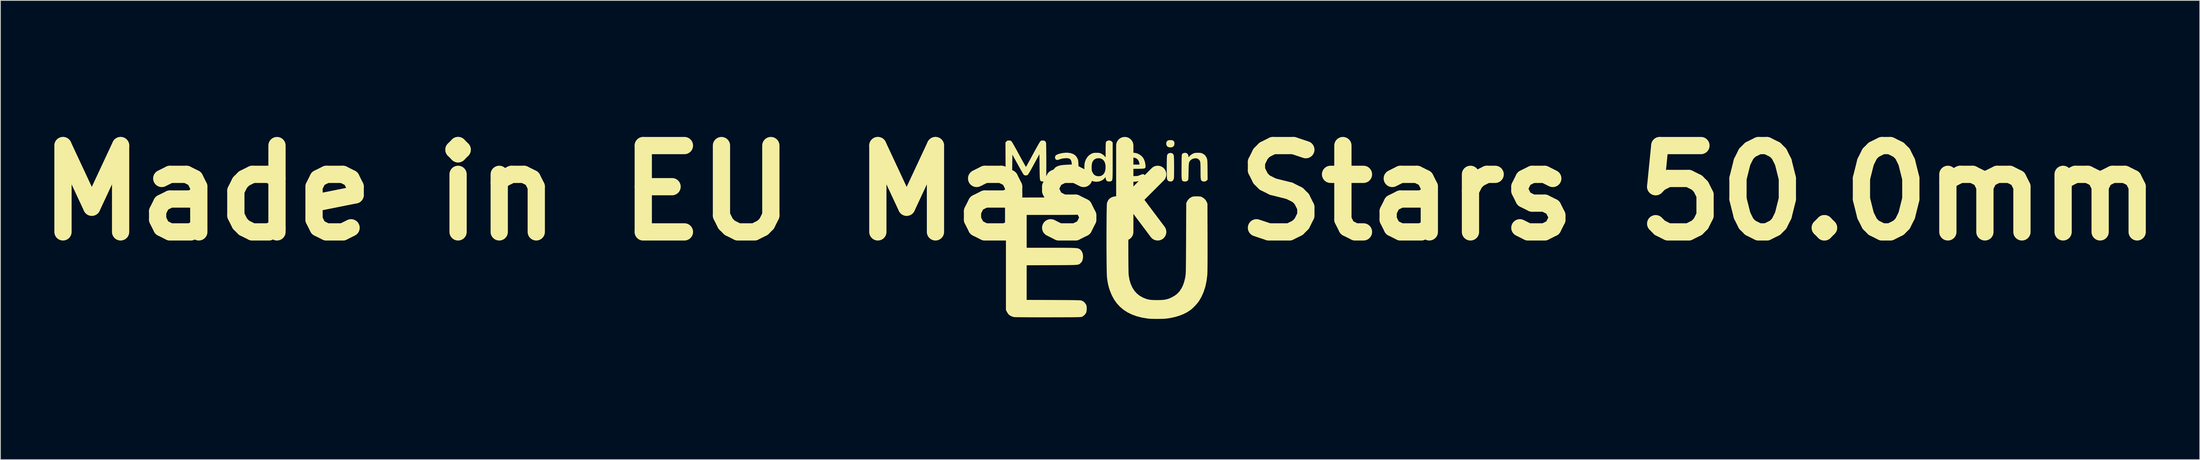
<source format=kicad_pcb>
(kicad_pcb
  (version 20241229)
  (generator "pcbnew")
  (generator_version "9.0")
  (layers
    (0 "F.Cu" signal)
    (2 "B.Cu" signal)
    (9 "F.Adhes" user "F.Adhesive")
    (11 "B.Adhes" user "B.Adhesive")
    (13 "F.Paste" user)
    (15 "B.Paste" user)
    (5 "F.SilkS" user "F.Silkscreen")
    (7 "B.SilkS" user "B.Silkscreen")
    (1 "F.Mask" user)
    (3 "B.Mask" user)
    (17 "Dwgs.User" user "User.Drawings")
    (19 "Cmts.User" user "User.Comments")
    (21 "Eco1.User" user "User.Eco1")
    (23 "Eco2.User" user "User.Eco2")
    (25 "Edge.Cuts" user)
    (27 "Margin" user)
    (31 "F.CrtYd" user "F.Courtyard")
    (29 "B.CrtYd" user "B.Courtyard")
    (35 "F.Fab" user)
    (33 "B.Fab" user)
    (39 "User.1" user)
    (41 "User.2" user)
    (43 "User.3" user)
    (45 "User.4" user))
  (footprint "Made in EU Mask Stars 50.0mm"
    (layer "F.Cu")
    (at 130.221 24.839)
    (property "Reference" "Made in EU Mask Stars 50.0mm" (at 0 -4.5 180) (layer "F.SilkS") (effects (font (size 10.47 10.47) (thickness 2.09))))
    (attr board_only exclude_from_pos_files exclude_from_bom)
    (fp_poly (pts (xy 18.377 -14.221) (xy 18.379 -14.216) (xy 18.394 -14.169) (xy 18.43 -14.059) (xy 18.483 -13.895) (xy 18.551 -13.684) (xy 18.632 -13.436) (xy 18.722 -13.157) (xy 18.819 -12.855) (xy 18.83 -12.821) (xy 19.262 -11.481) (xy 20.742 -11.462) (xy 22.221 -11.444) (xy 21.029 -10.589) (xy 20.766 -10.401) (xy 20.524 -10.226) (xy 20.308 -10.069) (xy 20.126 -9.935) (xy 19.982 -9.829) (xy 19.884 -9.755) (xy 19.839 -9.718) (xy 19.837 -9.715) (xy 19.848 -9.676) (xy 19.88 -9.574) (xy 19.929 -9.417) (xy 19.995 -9.213) (xy 20.073 -8.969) (xy 20.162 -8.694) (xy 20.259 -8.394) (xy 20.278 -8.336) (xy 20.375 -8.033) (xy 20.465 -7.753) (xy 20.544 -7.504) (xy 20.611 -7.293) (xy 20.662 -7.128) (xy 20.695 -7.017) (xy 20.708 -6.967) (xy 20.708 -6.966) (xy 20.677 -6.984) (xy 20.592 -7.042) (xy 20.461 -7.135) (xy 20.288 -7.257) (xy 20.082 -7.405) (xy 19.849 -7.574) (xy 19.594 -7.759) (xy 19.529 -7.807) (xy 18.36 -8.66) (xy 17.246 -7.845) (xy 16.938 -7.62) (xy 16.685 -7.435) (xy 16.482 -7.287) (xy 16.323 -7.173) (xy 16.203 -7.088) (xy 16.118 -7.031) (xy 16.061 -6.996) (xy 16.027 -6.981) (xy 16.012 -6.981) (xy 16.011 -6.995) (xy 16.017 -7.017) (xy 16.018 -7.021) (xy 16.138 -7.386) (xy 16.256 -7.748) (xy 16.369 -8.1) (xy 16.476 -8.436) (xy 16.574 -8.749) (xy 16.661 -9.032) (xy 16.736 -9.277) (xy 16.795 -9.479) (xy 16.837 -9.629) (xy 16.86 -9.721) (xy 16.863 -9.749) (xy 16.827 -9.774) (xy 16.737 -9.839) (xy 16.601 -9.936) (xy 16.424 -10.063) (xy 16.213 -10.214) (xy 15.976 -10.384) (xy 15.719 -10.569) (xy 15.667 -10.606) (xy 14.5 -11.444) (xy 15.975 -11.453) (xy 17.451 -11.463) (xy 17.771 -12.458) (xy 17.902 -12.865) (xy 18.012 -13.206) (xy 18.103 -13.487) (xy 18.177 -13.713) (xy 18.237 -13.891) (xy 18.282 -14.024) (xy 18.317 -14.119) (xy 18.341 -14.18) (xy 18.358 -14.214) (xy 18.37 -14.226)) (stroke (width 0) (type solid)) (fill yes) (layer "F.Mask"))
    (fp_poly (pts (xy 0.047 17.614) (xy 0.082 17.724) (xy 0.135 17.888) (xy 0.203 18.098) (xy 0.283 18.347) (xy 0.372 18.627) (xy 0.469 18.93) (xy 0.485 18.98) (xy 0.919 20.338) (xy 2.383 20.357) (xy 3.848 20.375) (xy 2.752 21.162) (xy 2.497 21.345) (xy 2.258 21.517) (xy 2.043 21.673) (xy 1.859 21.806) (xy 1.714 21.911) (xy 1.615 21.984) (xy 1.571 22.018) (xy 1.486 22.087) (xy 1.917 23.427) (xy 2.014 23.73) (xy 2.105 24.011) (xy 2.186 24.264) (xy 2.256 24.478) (xy 2.31 24.648) (xy 2.347 24.763) (xy 2.365 24.817) (xy 2.366 24.818) (xy 2.366 24.85) (xy 2.336 24.834) (xy 2.284 24.795) (xy 2.182 24.72) (xy 2.039 24.615) (xy 1.862 24.486) (xy 1.66 24.339) (xy 1.441 24.18) (xy 1.214 24.015) (xy 0.985 23.849) (xy 0.765 23.689) (xy 0.56 23.54) (xy 0.378 23.409) (xy 0.229 23.301) (xy 0.12 23.223) (xy 0.06 23.18) (xy 0.05 23.173) (xy 0.014 23.19) (xy -0.074 23.245) (xy -0.207 23.333) (xy -0.376 23.449) (xy -0.575 23.586) (xy -0.795 23.739) (xy -1.028 23.904) (xy -1.267 24.074) (xy -1.503 24.243) (xy -1.73 24.407) (xy -1.938 24.56) (xy -2.122 24.696) (xy -2.271 24.81) (xy -2.305 24.836) (xy -2.343 24.858) (xy -2.338 24.823) (xy -2.338 24.822) (xy -2.322 24.774) (xy -2.286 24.664) (xy -2.234 24.503) (xy -2.169 24.301) (xy -2.094 24.068) (xy -2.012 23.814) (xy -1.927 23.549) (xy -1.841 23.283) (xy -1.759 23.026) (xy -1.682 22.787) (xy -1.615 22.577) (xy -1.56 22.406) (xy -1.521 22.284) (xy -1.504 22.228) (xy -1.456 22.072) (xy -2.65 21.214) (xy -3.843 20.357) (xy -2.37 20.357) (xy -0.897 20.357) (xy -0.632 19.529) (xy -0.541 19.246) (xy -0.444 18.944) (xy -0.348 18.644) (xy -0.259 18.367) (xy -0.186 18.137) (xy -0.176 18.107) (xy -0.113 17.916) (xy -0.056 17.756) (xy -0.01 17.639) (xy 0.021 17.575) (xy 0.032 17.568)) (stroke (width 0) (type solid)) (fill yes) (layer "F.Mask"))
    (fp_poly (pts (xy -10.274 -21.064) (xy -10.183 -20.781) (xy -10.09 -20.493) (xy -10.001 -20.217) (xy -9.921 -19.97) (xy -9.854 -19.765) (xy -9.82 -19.659) (xy -9.67 -19.204) (xy -8.194 -19.194) (xy -6.717 -19.184) (xy -7.778 -18.424) (xy -8.032 -18.242) (xy -8.272 -18.069) (xy -8.489 -17.912) (xy -8.677 -17.776) (xy -8.827 -17.668) (xy -8.93 -17.592) (xy -8.973 -17.559) (xy -9.108 -17.455) (xy -8.668 -16.088) (xy -8.571 -15.784) (xy -8.481 -15.503) (xy -8.403 -15.253) (xy -8.337 -15.041) (xy -8.286 -14.875) (xy -8.253 -14.762) (xy -8.24 -14.711) (xy -8.24 -14.709) (xy -8.272 -14.727) (xy -8.357 -14.785) (xy -8.489 -14.877) (xy -8.661 -15) (xy -8.866 -15.147) (xy -9.098 -15.315) (xy -9.35 -15.499) (xy -9.38 -15.52) (xy -9.635 -15.707) (xy -9.873 -15.88) (xy -10.086 -16.034) (xy -10.268 -16.164) (xy -10.41 -16.265) (xy -10.508 -16.333) (xy -10.552 -16.362) (xy -10.553 -16.362) (xy -10.593 -16.345) (xy -10.686 -16.288) (xy -10.824 -16.197) (xy -11.003 -16.075) (xy -11.213 -15.927) (xy -11.45 -15.759) (xy -11.706 -15.574) (xy -11.752 -15.54) (xy -12.009 -15.353) (xy -12.247 -15.18) (xy -12.46 -15.027) (xy -12.64 -14.897) (xy -12.781 -14.796) (xy -12.877 -14.729) (xy -12.92 -14.701) (xy -12.922 -14.7) (xy -12.915 -14.734) (xy -12.887 -14.831) (xy -12.841 -14.984) (xy -12.779 -15.185) (xy -12.704 -15.426) (xy -12.617 -15.7) (xy -12.521 -15.998) (xy -12.499 -16.067) (xy -12.401 -16.372) (xy -12.31 -16.653) (xy -12.23 -16.905) (xy -12.162 -17.118) (xy -12.109 -17.285) (xy -12.074 -17.399) (xy -12.058 -17.451) (xy -12.058 -17.454) (xy -12.087 -17.479) (xy -12.17 -17.542) (xy -12.301 -17.64) (xy -12.474 -17.766) (xy -12.681 -17.917) (xy -12.916 -18.087) (xy -13.173 -18.272) (xy -13.252 -18.328) (xy -14.446 -19.184) (xy -12.963 -19.194) (xy -11.481 -19.204) (xy -11.13 -20.311) (xy -11.038 -20.601) (xy -10.948 -20.883) (xy -10.864 -21.144) (xy -10.79 -21.374) (xy -10.73 -21.559) (xy -10.688 -21.689) (xy -10.679 -21.715) (xy -10.58 -22.013)) (stroke (width 0) (type solid)) (fill yes) (layer "F.Mask"))
    (fp_poly (pts (xy -10.558 14.795) (xy -10.522 14.887) (xy -10.468 15.035) (xy -10.401 15.232) (xy -10.321 15.47) (xy -10.231 15.743) (xy -10.134 16.042) (xy -10.105 16.134) (xy -9.66 17.527) (xy -8.185 17.537) (xy -6.711 17.547) (xy -7.896 18.398) (xy -8.157 18.586) (xy -8.398 18.761) (xy -8.613 18.918) (xy -8.795 19.053) (xy -8.937 19.16) (xy -9.034 19.234) (xy -9.078 19.272) (xy -9.08 19.275) (xy -9.069 19.315) (xy -9.038 19.418) (xy -8.989 19.576) (xy -8.924 19.781) (xy -8.847 20.025) (xy -8.759 20.301) (xy -8.663 20.6) (xy -8.652 20.636) (xy -8.556 20.937) (xy -8.467 21.215) (xy -8.39 21.464) (xy -8.325 21.674) (xy -8.276 21.838) (xy -8.244 21.949) (xy -8.233 21.997) (xy -8.233 21.998) (xy -8.265 21.989) (xy -8.343 21.942) (xy -8.456 21.867) (xy -8.559 21.793) (xy -8.676 21.707) (xy -8.841 21.586) (xy -9.042 21.439) (xy -9.268 21.273) (xy -9.505 21.099) (xy -9.719 20.943) (xy -10.562 20.326) (xy -11.579 21.071) (xy -11.829 21.253) (xy -12.066 21.426) (xy -12.282 21.583) (xy -12.469 21.719) (xy -12.618 21.827) (xy -12.721 21.901) (xy -12.759 21.928) (xy -12.853 21.991) (xy -12.898 22.014) (xy -12.907 21.999) (xy -12.895 21.952) (xy -12.878 21.897) (xy -12.841 21.78) (xy -12.786 21.609) (xy -12.717 21.393) (xy -12.637 21.141) (xy -12.547 20.862) (xy -12.46 20.588) (xy -12.366 20.293) (xy -12.281 20.02) (xy -12.206 19.777) (xy -12.146 19.571) (xy -12.101 19.412) (xy -12.074 19.308) (xy -12.068 19.267) (xy -12.101 19.236) (xy -12.189 19.167) (xy -12.323 19.064) (xy -12.498 18.933) (xy -12.707 18.779) (xy -12.943 18.606) (xy -13.2 18.421) (xy -13.251 18.384) (xy -14.415 17.547) (xy -12.94 17.537) (xy -11.465 17.527) (xy -11.393 17.295) (xy -11.32 17.06) (xy -11.238 16.8) (xy -11.15 16.523) (xy -11.059 16.238) (xy -10.968 15.955) (xy -10.88 15.682) (xy -10.797 15.429) (xy -10.724 15.204) (xy -10.661 15.016) (xy -10.614 14.875) (xy -10.583 14.789) (xy -10.574 14.767)) (stroke (width 0) (type solid)) (fill yes) (layer "F.Mask"))
    (fp_poly (pts (xy 10.607 14.769) (xy 10.622 14.807) (xy 10.645 14.873) (xy 10.678 14.972) (xy 10.724 15.109) (xy 10.783 15.29) (xy 10.858 15.52) (xy 10.95 15.805) (xy 11.06 16.148) (xy 11.191 16.557) (xy 11.219 16.644) (xy 11.503 17.527) (xy 12.974 17.537) (xy 14.446 17.547) (xy 13.283 18.384) (xy 13.023 18.571) (xy 12.782 18.745) (xy 12.567 18.9) (xy 12.383 19.032) (xy 12.239 19.135) (xy 12.14 19.206) (xy 12.093 19.239) (xy 12.091 19.241) (xy 12.096 19.279) (xy 12.121 19.381) (xy 12.166 19.538) (xy 12.226 19.742) (xy 12.301 19.986) (xy 12.387 20.262) (xy 12.483 20.562) (xy 12.506 20.634) (xy 12.604 20.939) (xy 12.694 21.22) (xy 12.773 21.471) (xy 12.84 21.684) (xy 12.891 21.851) (xy 12.925 21.964) (xy 12.939 22.016) (xy 12.939 22.019) (xy 12.907 22) (xy 12.822 21.942) (xy 12.69 21.849) (xy 12.518 21.726) (xy 12.312 21.578) (xy 12.078 21.409) (xy 11.824 21.224) (xy 11.761 21.178) (xy 10.593 20.327) (xy 10.404 20.466) (xy 10.156 20.649) (xy 9.897 20.838) (xy 9.635 21.03) (xy 9.376 21.219) (xy 9.127 21.4) (xy 8.895 21.567) (xy 8.688 21.716) (xy 8.512 21.843) (xy 8.375 21.94) (xy 8.282 22.005) (xy 8.242 22.031) (xy 8.241 22.031) (xy 8.234 22.009) (xy 8.237 22.003) (xy 8.251 21.964) (xy 8.285 21.863) (xy 8.335 21.71) (xy 8.399 21.515) (xy 8.473 21.287) (xy 8.554 21.035) (xy 8.64 20.77) (xy 8.727 20.5) (xy 8.812 20.234) (xy 8.893 19.983) (xy 8.966 19.755) (xy 9.028 19.56) (xy 9.076 19.408) (xy 9.107 19.308) (xy 9.118 19.269) (xy 9.118 19.269) (xy 9.089 19.245) (xy 9.005 19.182) (xy 8.874 19.085) (xy 8.703 18.959) (xy 8.496 18.809) (xy 8.261 18.639) (xy 8.005 18.454) (xy 7.93 18.401) (xy 6.743 17.547) (xy 8.217 17.528) (xy 9.692 17.51) (xy 10.137 16.124) (xy 10.236 15.819) (xy 10.327 15.538) (xy 10.41 15.289) (xy 10.481 15.078) (xy 10.537 14.915) (xy 10.577 14.805) (xy 10.597 14.756) (xy 10.599 14.755)) (stroke (width 0) (type solid)) (fill yes) (layer "F.Mask"))
    (fp_poly (pts (xy 0.038 -24.797) (xy 0.072 -24.692) (xy 0.123 -24.531) (xy 0.19 -24.324) (xy 0.269 -24.077) (xy 0.358 -23.798) (xy 0.454 -23.496) (xy 0.476 -23.427) (xy 0.917 -22.05) (xy 2.384 -22.031) (xy 3.852 -22.013) (xy 2.67 -21.164) (xy 2.409 -20.976) (xy 2.169 -20.802) (xy 1.954 -20.646) (xy 1.773 -20.513) (xy 1.631 -20.408) (xy 1.534 -20.336) (xy 1.491 -20.301) (xy 1.489 -20.298) (xy 1.5 -20.262) (xy 1.53 -20.164) (xy 1.578 -20.013) (xy 1.639 -19.82) (xy 1.711 -19.594) (xy 1.791 -19.344) (xy 1.876 -19.08) (xy 1.962 -18.811) (xy 2.048 -18.546) (xy 2.129 -18.295) (xy 2.202 -18.067) (xy 2.265 -17.871) (xy 2.315 -17.718) (xy 2.344 -17.629) (xy 2.356 -17.598) (xy 2.365 -17.572) (xy 2.366 -17.557) (xy 2.354 -17.554) (xy 2.322 -17.569) (xy 2.266 -17.604) (xy 2.18 -17.663) (xy 2.059 -17.75) (xy 1.896 -17.867) (xy 1.687 -18.02) (xy 1.426 -18.21) (xy 1.265 -18.328) (xy 1.018 -18.508) (xy 0.785 -18.678) (xy 0.574 -18.831) (xy 0.395 -18.962) (xy 0.254 -19.064) (xy 0.159 -19.133) (xy 0.125 -19.157) (xy 0.008 -19.239) (xy -0.991 -18.51) (xy -1.24 -18.328) (xy -1.477 -18.155) (xy -1.694 -17.997) (xy -1.883 -17.859) (xy -2.033 -17.749) (xy -2.137 -17.673) (xy -2.172 -17.648) (xy -2.271 -17.577) (xy -2.322 -17.548) (xy -2.337 -17.557) (xy -2.327 -17.601) (xy -2.325 -17.606) (xy -2.309 -17.659) (xy -2.272 -17.772) (xy -2.22 -17.936) (xy -2.154 -18.141) (xy -2.078 -18.377) (xy -1.996 -18.634) (xy -1.91 -18.902) (xy -1.824 -19.171) (xy -1.74 -19.431) (xy -1.662 -19.674) (xy -1.594 -19.887) (xy -1.537 -20.063) (xy -1.496 -20.191) (xy -1.474 -20.26) (xy -1.471 -20.269) (xy -1.497 -20.299) (xy -1.578 -20.367) (xy -1.706 -20.469) (xy -1.876 -20.599) (xy -2.081 -20.753) (xy -2.314 -20.925) (xy -2.57 -21.111) (xy -2.64 -21.162) (xy -3.823 -22.013) (xy -2.36 -22.022) (xy -0.897 -22.032) (xy -0.632 -22.86) (xy -0.541 -23.142) (xy -0.444 -23.444) (xy -0.348 -23.745) (xy -0.259 -24.021) (xy -0.185 -24.252) (xy -0.176 -24.281) (xy -0.113 -24.474) (xy -0.057 -24.636) (xy -0.013 -24.758) (xy 0.016 -24.827) (xy 0.025 -24.839)) (stroke (width 0) (type solid)) (fill yes) (layer "F.Mask"))
    (fp_poly (pts (xy 18.369 7.007) (xy 18.404 7.101) (xy 18.456 7.251) (xy 18.523 7.45) (xy 18.602 7.689) (xy 18.692 7.962) (xy 18.788 8.262) (xy 18.816 8.346) (xy 19.261 9.732) (xy 20.746 9.75) (xy 22.232 9.769) (xy 21.065 10.606) (xy 20.805 10.793) (xy 20.563 10.967) (xy 20.346 11.123) (xy 20.161 11.255) (xy 20.015 11.359) (xy 19.914 11.431) (xy 19.866 11.465) (xy 19.863 11.467) (xy 19.866 11.507) (xy 19.89 11.612) (xy 19.934 11.775) (xy 19.997 11.99) (xy 20.077 12.252) (xy 20.171 12.553) (xy 20.276 12.881) (xy 20.374 13.187) (xy 20.465 13.47) (xy 20.545 13.722) (xy 20.613 13.936) (xy 20.666 14.104) (xy 20.701 14.219) (xy 20.717 14.273) (xy 20.717 14.276) (xy 20.687 14.255) (xy 20.603 14.196) (xy 20.472 14.102) (xy 20.3 13.978) (xy 20.094 13.828) (xy 19.861 13.658) (xy 19.607 13.472) (xy 19.541 13.424) (xy 19.244 13.207) (xy 19.001 13.03) (xy 18.806 12.89) (xy 18.653 12.783) (xy 18.536 12.705) (xy 18.45 12.652) (xy 18.388 12.621) (xy 18.345 12.607) (xy 18.315 12.608) (xy 18.295 12.617) (xy 18.247 12.649) (xy 18.147 12.721) (xy 18.002 12.825) (xy 17.818 12.958) (xy 17.604 13.114) (xy 17.367 13.287) (xy 17.126 13.463) (xy 16.876 13.645) (xy 16.646 13.812) (xy 16.441 13.958) (xy 16.27 14.08) (xy 16.138 14.172) (xy 16.053 14.229) (xy 16.021 14.247) (xy 16.029 14.21) (xy 16.058 14.109) (xy 16.105 13.954) (xy 16.168 13.751) (xy 16.244 13.508) (xy 16.332 13.234) (xy 16.428 12.935) (xy 16.447 12.876) (xy 16.545 12.572) (xy 16.635 12.292) (xy 16.713 12.041) (xy 16.779 11.829) (xy 16.83 11.662) (xy 16.862 11.549) (xy 16.874 11.498) (xy 16.874 11.495) (xy 16.841 11.467) (xy 16.758 11.403) (xy 16.636 11.313) (xy 16.488 11.204) (xy 16.422 11.157) (xy 16.26 11.041) (xy 16.054 10.892) (xy 15.819 10.723) (xy 15.572 10.545) (xy 15.328 10.369) (xy 15.24 10.305) (xy 14.495 9.769) (xy 15.979 9.75) (xy 17.463 9.732) (xy 17.901 8.362) (xy 17.999 8.057) (xy 18.09 7.775) (xy 18.172 7.524) (xy 18.241 7.311) (xy 18.297 7.144) (xy 18.335 7.03) (xy 18.354 6.978) (xy 18.355 6.976)) (stroke (width 0) (type solid)) (fill yes) (layer "F.Mask"))
    (fp_poly (pts (xy -18.315 6.996) (xy -18.299 7.043) (xy -18.263 7.153) (xy -18.21 7.318) (xy -18.142 7.528) (xy -18.061 7.777) (xy -17.971 8.056) (xy -17.875 8.357) (xy -17.863 8.392) (xy -17.433 9.732) (xy -15.947 9.75) (xy -14.461 9.769) (xy -15.65 10.622) (xy -15.912 10.81) (xy -16.155 10.984) (xy -16.372 11.139) (xy -16.556 11.271) (xy -16.701 11.375) (xy -16.801 11.447) (xy -16.848 11.481) (xy -16.851 11.483) (xy -16.843 11.519) (xy -16.814 11.618) (xy -16.766 11.773) (xy -16.703 11.976) (xy -16.627 12.218) (xy -16.539 12.494) (xy -16.443 12.795) (xy -16.415 12.88) (xy -16.317 13.186) (xy -16.226 13.469) (xy -16.146 13.721) (xy -16.079 13.935) (xy -16.026 14.103) (xy -15.991 14.218) (xy -15.976 14.271) (xy -15.976 14.274) (xy -16.007 14.254) (xy -16.091 14.195) (xy -16.221 14.101) (xy -16.392 13.977) (xy -16.597 13.828) (xy -16.828 13.658) (xy -17.08 13.473) (xy -17.119 13.445) (xy -17.375 13.257) (xy -17.614 13.082) (xy -17.827 12.927) (xy -18.01 12.795) (xy -18.153 12.692) (xy -18.252 12.622) (xy -18.298 12.592) (xy -18.3 12.591) (xy -18.339 12.608) (xy -18.431 12.664) (xy -18.57 12.756) (xy -18.748 12.878) (xy -18.959 13.026) (xy -19.196 13.196) (xy -19.453 13.381) (xy -19.518 13.429) (xy -19.777 13.618) (xy -20.016 13.792) (xy -20.229 13.946) (xy -20.409 14.076) (xy -20.55 14.178) (xy -20.646 14.245) (xy -20.69 14.275) (xy -20.692 14.276) (xy -20.681 14.239) (xy -20.649 14.139) (xy -20.6 13.984) (xy -20.535 13.781) (xy -20.457 13.538) (xy -20.368 13.263) (xy -20.271 12.963) (xy -20.248 12.892) (xy -20.151 12.586) (xy -20.061 12.303) (xy -19.982 12.051) (xy -19.916 11.836) (xy -19.866 11.666) (xy -19.834 11.55) (xy -19.821 11.495) (xy -19.822 11.492) (xy -19.855 11.465) (xy -19.941 11.4) (xy -20.075 11.301) (xy -20.25 11.173) (xy -20.459 11.021) (xy -20.696 10.85) (xy -20.953 10.664) (xy -21.018 10.617) (xy -22.199 9.769) (xy -20.712 9.75) (xy -19.226 9.732) (xy -18.934 8.82) (xy -18.844 8.539) (xy -18.752 8.25) (xy -18.663 7.971) (xy -18.583 7.719) (xy -18.517 7.511) (xy -18.489 7.424) (xy -18.432 7.254) (xy -18.382 7.118) (xy -18.343 7.027) (xy -18.319 6.993)) (stroke (width 0) (type solid)) (fill yes) (layer "F.Mask"))
    (fp_poly (pts (xy 10.656 -21.909) (xy 10.691 -21.799) (xy 10.745 -21.635) (xy 10.813 -21.425) (xy 10.893 -21.176) (xy 10.983 -20.897) (xy 11.08 -20.596) (xy 11.091 -20.561) (xy 11.521 -19.222) (xy 13.005 -19.203) (xy 14.489 -19.184) (xy 13.301 -18.332) (xy 13.04 -18.144) (xy 12.797 -17.97) (xy 12.581 -17.814) (xy 12.397 -17.682) (xy 12.252 -17.578) (xy 12.153 -17.507) (xy 12.106 -17.473) (xy 12.103 -17.471) (xy 12.112 -17.435) (xy 12.141 -17.336) (xy 12.188 -17.182) (xy 12.252 -16.98) (xy 12.328 -16.737) (xy 12.416 -16.463) (xy 12.512 -16.163) (xy 12.535 -16.091) (xy 12.633 -15.787) (xy 12.723 -15.505) (xy 12.802 -15.254) (xy 12.869 -15.041) (xy 12.92 -14.874) (xy 12.954 -14.76) (xy 12.967 -14.708) (xy 12.967 -14.706) (xy 12.936 -14.724) (xy 12.851 -14.781) (xy 12.719 -14.874) (xy 12.547 -14.996) (xy 12.342 -15.144) (xy 12.11 -15.312) (xy 11.858 -15.496) (xy 11.819 -15.524) (xy 11.562 -15.711) (xy 11.323 -15.883) (xy 11.108 -16.036) (xy 10.924 -16.165) (xy 10.778 -16.264) (xy 10.678 -16.329) (xy 10.629 -16.356) (xy 10.627 -16.356) (xy 10.586 -16.335) (xy 10.491 -16.274) (xy 10.351 -16.179) (xy 10.171 -16.054) (xy 9.959 -15.904) (xy 9.722 -15.735) (xy 9.467 -15.55) (xy 9.438 -15.528) (xy 9.182 -15.342) (xy 8.946 -15.171) (xy 8.736 -15.019) (xy 8.558 -14.891) (xy 8.419 -14.792) (xy 8.326 -14.727) (xy 8.286 -14.7) (xy 8.284 -14.7) (xy 8.281 -14.73) (xy 8.3 -14.802) (xy 8.351 -14.956) (xy 8.415 -15.153) (xy 8.489 -15.382) (xy 8.57 -15.635) (xy 8.656 -15.903) (xy 8.743 -16.176) (xy 8.828 -16.446) (xy 8.909 -16.703) (xy 8.983 -16.937) (xy 9.047 -17.14) (xy 9.097 -17.302) (xy 9.131 -17.415) (xy 9.146 -17.468) (xy 9.146 -17.472) (xy 9.115 -17.494) (xy 9.03 -17.555) (xy 8.897 -17.651) (xy 8.724 -17.776) (xy 8.516 -17.925) (xy 8.28 -18.094) (xy 8.023 -18.279) (xy 7.951 -18.331) (xy 6.765 -19.184) (xy 8.247 -19.203) (xy 9.728 -19.222) (xy 9.99 -20.041) (xy 10.08 -20.321) (xy 10.176 -20.619) (xy 10.27 -20.915) (xy 10.357 -21.186) (xy 10.428 -21.41) (xy 10.436 -21.435) (xy 10.498 -21.623) (xy 10.554 -21.779) (xy 10.599 -21.892) (xy 10.629 -21.952) (xy 10.64 -21.956)) (stroke (width 0) (type solid)) (fill yes) (layer "F.Mask"))
    (fp_poly (pts (xy -18.309 -14.167) (xy -18.274 -14.065) (xy -18.221 -13.909) (xy -18.154 -13.704) (xy -18.074 -13.46) (xy -17.985 -13.184) (xy -17.888 -12.883) (xy -17.867 -12.816) (xy -17.427 -11.444) (xy -15.954 -11.425) (xy -14.481 -11.406) (xy -15.67 -10.552) (xy -15.973 -10.334) (xy -16.221 -10.154) (xy -16.418 -10.009) (xy -16.57 -9.894) (xy -16.683 -9.805) (xy -16.76 -9.738) (xy -16.808 -9.689) (xy -16.832 -9.654) (xy -16.837 -9.628) (xy -16.835 -9.622) (xy -16.817 -9.564) (xy -16.779 -9.446) (xy -16.726 -9.28) (xy -16.66 -9.073) (xy -16.584 -8.837) (xy -16.502 -8.58) (xy -16.416 -8.314) (xy -16.331 -8.046) (xy -16.248 -7.788) (xy -16.171 -7.548) (xy -16.103 -7.337) (xy -16.047 -7.165) (xy -16.007 -7.041) (xy -15.986 -6.974) (xy -15.983 -6.967) (xy -15.988 -6.936) (xy -16.012 -6.945) (xy -16.049 -6.971) (xy -16.138 -7.034) (xy -16.27 -7.13) (xy -16.439 -7.251) (xy -16.634 -7.393) (xy -16.849 -7.548) (xy -17.075 -7.712) (xy -17.303 -7.878) (xy -17.527 -8.04) (xy -17.736 -8.193) (xy -17.924 -8.33) (xy -18.082 -8.445) (xy -18.202 -8.533) (xy -18.276 -8.587) (xy -18.291 -8.599) (xy -18.329 -8.584) (xy -18.42 -8.529) (xy -18.559 -8.438) (xy -18.74 -8.316) (xy -18.955 -8.165) (xy -19.2 -7.991) (xy -19.468 -7.797) (xy -19.498 -7.775) (xy -19.758 -7.586) (xy -19.998 -7.412) (xy -20.212 -7.257) (xy -20.394 -7.126) (xy -20.538 -7.023) (xy -20.635 -6.954) (xy -20.681 -6.923) (xy -20.684 -6.922) (xy -20.687 -6.95) (xy -20.678 -6.979) (xy -20.662 -7.026) (xy -20.626 -7.136) (xy -20.572 -7.301) (xy -20.504 -7.511) (xy -20.424 -7.759) (xy -20.334 -8.036) (xy -20.24 -8.328) (xy -20.145 -8.625) (xy -20.056 -8.899) (xy -19.977 -9.144) (xy -19.911 -9.35) (xy -19.859 -9.51) (xy -19.825 -9.615) (xy -19.811 -9.658) (xy -19.837 -9.687) (xy -19.918 -9.755) (xy -20.046 -9.856) (xy -20.216 -9.985) (xy -20.421 -10.138) (xy -20.655 -10.31) (xy -20.912 -10.496) (xy -20.989 -10.551) (xy -22.18 -11.406) (xy -20.706 -11.425) (xy -19.232 -11.444) (xy -19.053 -12.002) (xy -18.986 -12.211) (xy -18.903 -12.471) (xy -18.81 -12.759) (xy -18.715 -13.056) (xy -18.624 -13.34) (xy -18.607 -13.391) (xy -18.532 -13.624) (xy -18.463 -13.831) (xy -18.404 -14.001) (xy -18.359 -14.125) (xy -18.331 -14.194) (xy -18.323 -14.205)) (stroke (width 0) (type solid)) (fill yes) (layer "F.Mask"))
    (fp_poly (pts (xy -21.165 -3.588) (xy -21.129 -3.495) (xy -21.076 -3.347) (xy -21.008 -3.15) (xy -20.928 -2.911) (xy -20.838 -2.639) (xy -20.742 -2.34) (xy -20.713 -2.249) (xy -20.269 -0.856) (xy -18.803 -0.856) (xy -18.408 -0.855) (xy -18.072 -0.852) (xy -17.797 -0.848) (xy -17.586 -0.842) (xy -17.443 -0.835) (xy -17.369 -0.826) (xy -17.36 -0.82) (xy -17.394 -0.791) (xy -17.482 -0.724) (xy -17.618 -0.623) (xy -17.793 -0.494) (xy -18.002 -0.341) (xy -18.238 -0.17) (xy -18.494 0.014) (xy -18.535 0.043) (xy -18.792 0.229) (xy -19.03 0.402) (xy -19.241 0.557) (xy -19.418 0.69) (xy -19.556 0.795) (xy -19.648 0.868) (xy -19.686 0.903) (xy -19.687 0.905) (xy -19.676 0.947) (xy -19.644 1.052) (xy -19.595 1.212) (xy -19.53 1.419) (xy -19.452 1.664) (xy -19.364 1.941) (xy -19.268 2.24) (xy -19.256 2.278) (xy -19.159 2.579) (xy -19.071 2.856) (xy -18.994 3.104) (xy -18.93 3.312) (xy -18.881 3.475) (xy -18.85 3.583) (xy -18.839 3.63) (xy -18.84 3.631) (xy -18.872 3.613) (xy -18.957 3.556) (xy -19.09 3.464) (xy -19.262 3.341) (xy -19.468 3.194) (xy -19.701 3.026) (xy -19.955 2.841) (xy -20.001 2.807) (xy -20.287 2.6) (xy -20.543 2.417) (xy -20.765 2.262) (xy -20.947 2.138) (xy -21.084 2.049) (xy -21.171 1.999) (xy -21.201 1.989) (xy -21.243 2.015) (xy -21.337 2.08) (xy -21.477 2.178) (xy -21.655 2.306) (xy -21.866 2.457) (xy -22.1 2.627) (xy -22.34 2.802) (xy -22.637 3.019) (xy -22.88 3.196) (xy -23.073 3.336) (xy -23.223 3.445) (xy -23.335 3.525) (xy -23.415 3.58) (xy -23.467 3.615) (xy -23.499 3.633) (xy -23.514 3.638) (xy -23.519 3.635) (xy -23.52 3.628) (xy -23.509 3.589) (xy -23.477 3.486) (xy -23.428 3.329) (xy -23.363 3.125) (xy -23.285 2.881) (xy -23.197 2.607) (xy -23.101 2.309) (xy -23.092 2.282) (xy -22.995 1.981) (xy -22.906 1.702) (xy -22.827 1.453) (xy -22.761 1.241) (xy -22.71 1.075) (xy -22.677 0.964) (xy -22.664 0.914) (xy -22.664 0.913) (xy -22.693 0.881) (xy -22.777 0.812) (xy -22.908 0.71) (xy -23.079 0.579) (xy -23.286 0.426) (xy -23.519 0.254) (xy -23.775 0.069) (xy -23.819 0.038) (xy -24.077 -0.148) (xy -24.317 -0.322) (xy -24.53 -0.477) (xy -24.711 -0.61) (xy -24.853 -0.715) (xy -24.949 -0.787) (xy -24.992 -0.822) (xy -24.993 -0.824) (xy -24.962 -0.831) (xy -24.863 -0.838) (xy -24.706 -0.843) (xy -24.496 -0.848) (xy -24.242 -0.852) (xy -23.95 -0.855) (xy -23.63 -0.856) (xy -23.542 -0.856) (xy -22.072 -0.856) (xy -22 -1.089) (xy -21.921 -1.341) (xy -21.834 -1.616) (xy -21.743 -1.903) (xy -21.65 -2.194) (xy -21.558 -2.481) (xy -21.47 -2.753) (xy -21.389 -3.004) (xy -21.317 -3.223) (xy -21.257 -3.402) (xy -21.213 -3.532) (xy -21.186 -3.604) (xy -21.181 -3.616)) (stroke (width 0) (type solid)) (fill yes) (layer "F.Mask"))
    (fp_poly (pts (xy 21.19 -3.613) (xy 21.226 -3.519) (xy 21.276 -3.377) (xy 21.337 -3.196) (xy 21.404 -2.988) (xy 21.405 -2.986) (xy 21.489 -2.722) (xy 21.588 -2.415) (xy 21.69 -2.094) (xy 21.788 -1.789) (xy 21.845 -1.61) (xy 22.075 -0.893) (xy 23.542 -0.893) (xy 23.864 -0.892) (xy 24.161 -0.891) (xy 24.426 -0.887) (xy 24.651 -0.883) (xy 24.828 -0.879) (xy 24.948 -0.873) (xy 25.004 -0.867) (xy 25.007 -0.865) (xy 24.977 -0.838) (xy 24.894 -0.773) (xy 24.762 -0.674) (xy 24.59 -0.547) (xy 24.383 -0.396) (xy 24.148 -0.226) (xy 23.892 -0.042) (xy 23.835 -0.001) (xy 23.575 0.186) (xy 23.335 0.361) (xy 23.121 0.519) (xy 22.941 0.654) (xy 22.801 0.763) (xy 22.707 0.839) (xy 22.665 0.879) (xy 22.664 0.882) (xy 22.675 0.926) (xy 22.707 1.034) (xy 22.756 1.196) (xy 22.821 1.404) (xy 22.899 1.651) (xy 22.987 1.928) (xy 23.083 2.228) (xy 23.092 2.256) (xy 23.188 2.556) (xy 23.276 2.832) (xy 23.353 3.078) (xy 23.417 3.286) (xy 23.465 3.447) (xy 23.495 3.554) (xy 23.505 3.599) (xy 23.505 3.6) (xy 23.473 3.582) (xy 23.387 3.525) (xy 23.255 3.433) (xy 23.083 3.311) (xy 22.878 3.163) (xy 22.646 2.996) (xy 22.394 2.812) (xy 22.364 2.79) (xy 22.109 2.604) (xy 21.872 2.431) (xy 21.659 2.277) (xy 21.479 2.147) (xy 21.337 2.046) (xy 21.24 1.978) (xy 21.196 1.949) (xy 21.195 1.949) (xy 21.156 1.966) (xy 21.064 2.023) (xy 20.926 2.115) (xy 20.75 2.236) (xy 20.543 2.382) (xy 20.312 2.549) (xy 20.089 2.711) (xy 19.781 2.937) (xy 19.527 3.123) (xy 19.323 3.271) (xy 19.163 3.387) (xy 19.041 3.474) (xy 18.953 3.535) (xy 18.894 3.574) (xy 18.857 3.594) (xy 18.838 3.6) (xy 18.831 3.596) (xy 18.831 3.592) (xy 18.842 3.552) (xy 18.873 3.449) (xy 18.923 3.291) (xy 18.987 3.086) (xy 19.065 2.842) (xy 19.153 2.567) (xy 19.249 2.269) (xy 19.259 2.238) (xy 19.355 1.937) (xy 19.444 1.658) (xy 19.523 1.41) (xy 19.589 1.199) (xy 19.64 1.034) (xy 19.673 0.923) (xy 19.686 0.875) (xy 19.686 0.874) (xy 19.657 0.845) (xy 19.573 0.777) (xy 19.442 0.677) (xy 19.27 0.548) (xy 19.063 0.396) (xy 18.828 0.225) (xy 18.572 0.041) (xy 18.515 0) (xy 18.255 -0.186) (xy 18.015 -0.36) (xy 17.802 -0.515) (xy 17.622 -0.647) (xy 17.481 -0.752) (xy 17.386 -0.825) (xy 17.345 -0.86) (xy 17.343 -0.862) (xy 17.379 -0.867) (xy 17.481 -0.871) (xy 17.642 -0.873) (xy 17.853 -0.873) (xy 18.106 -0.873) (xy 18.394 -0.87) (xy 18.709 -0.867) (xy 18.789 -0.866) (xy 19.156 -0.86) (xy 19.455 -0.857) (xy 19.693 -0.855) (xy 19.879 -0.854) (xy 20.018 -0.857) (xy 20.118 -0.861) (xy 20.186 -0.868) (xy 20.228 -0.878) (xy 20.253 -0.891) (xy 20.267 -0.908) (xy 20.271 -0.915) (xy 20.29 -0.966) (xy 20.329 -1.079) (xy 20.384 -1.247) (xy 20.454 -1.461) (xy 20.535 -1.712) (xy 20.626 -1.993) (xy 20.722 -2.294) (xy 20.729 -2.317) (xy 20.825 -2.616) (xy 20.914 -2.892) (xy 20.994 -3.137) (xy 21.063 -3.342) (xy 21.117 -3.501) (xy 21.154 -3.605) (xy 21.172 -3.646) (xy 21.173 -3.647)) (stroke (width 0) (type solid)) (fill yes) (layer "F.Mask"))
    (fp_poly (pts (xy 8.68 -10.892) (xy 8.841 -10.842) (xy 8.947 -10.745) (xy 9.002 -10.597) (xy 9.012 -10.467) (xy 8.981 -10.283) (xy 8.889 -10.139) (xy 8.779 -10.058) (xy 8.654 -10.023) (xy 8.493 -10.015) (xy 8.33 -10.036) (xy 8.232 -10.067) (xy 8.118 -10.154) (xy 8.044 -10.285) (xy 8.012 -10.439) (xy 8.025 -10.597) (xy 8.086 -10.738) (xy 8.134 -10.795) (xy 8.212 -10.849) (xy 8.315 -10.881) (xy 8.462 -10.897)) (stroke (width 0) (type solid)) (fill yes) (layer "F.SilkS"))
    (fp_poly (pts (xy 8.702 -9.314) (xy 8.83 -9.232) (xy 8.911 -9.092) (xy 8.934 -9.005) (xy 8.942 -8.925) (xy 8.949 -8.782) (xy 8.955 -8.587) (xy 8.96 -8.351) (xy 8.963 -8.086) (xy 8.966 -7.804) (xy 8.967 -7.514) (xy 8.967 -7.23) (xy 8.965 -6.961) (xy 8.962 -6.72) (xy 8.958 -6.517) (xy 8.952 -6.364) (xy 8.945 -6.274) (xy 8.887 -6.087) (xy 8.818 -5.99) (xy 8.741 -5.921) (xy 8.658 -5.888) (xy 8.536 -5.88) (xy 8.531 -5.88) (xy 8.369 -5.897) (xy 8.253 -5.954) (xy 8.249 -5.956) (xy 8.174 -6.045) (xy 8.118 -6.159) (xy 8.114 -6.17) (xy 8.104 -6.246) (xy 8.095 -6.385) (xy 8.088 -6.577) (xy 8.083 -6.811) (xy 8.079 -7.076) (xy 8.077 -7.36) (xy 8.076 -7.655) (xy 8.077 -7.947) (xy 8.08 -8.227) (xy 8.084 -8.484) (xy 8.09 -8.706) (xy 8.098 -8.883) (xy 8.107 -9.005) (xy 8.114 -9.051) (xy 8.189 -9.204) (xy 8.311 -9.3) (xy 8.482 -9.34) (xy 8.525 -9.341)) (stroke (width 0) (type solid)) (fill yes) (layer "F.SilkS"))
    (fp_poly (pts (xy 4.153 -9.36) (xy 4.458 -9.295) (xy 4.739 -9.175) (xy 4.986 -9.003) (xy 5.19 -8.781) (xy 5.301 -8.601) (xy 5.397 -8.364) (xy 5.468 -8.097) (xy 5.504 -7.837) (xy 5.507 -7.756) (xy 5.507 -7.668) (xy 5.501 -7.597) (xy 5.482 -7.542) (xy 5.442 -7.499) (xy 5.375 -7.468) (xy 5.272 -7.447) (xy 5.128 -7.432) (xy 4.933 -7.424) (xy 4.682 -7.418) (xy 4.367 -7.415) (xy 4.22 -7.414) (xy 3.893 -7.411) (xy 3.634 -7.408) (xy 3.434 -7.403) (xy 3.288 -7.395) (xy 3.188 -7.381) (xy 3.128 -7.359) (xy 3.099 -7.328) (xy 3.096 -7.285) (xy 3.11 -7.229) (xy 3.136 -7.158) (xy 3.148 -7.122) (xy 3.233 -6.926) (xy 3.345 -6.782) (xy 3.505 -6.663) (xy 3.549 -6.637) (xy 3.639 -6.59) (xy 3.719 -6.56) (xy 3.809 -6.542) (xy 3.928 -6.535) (xy 4.096 -6.533) (xy 4.149 -6.533) (xy 4.341 -6.536) (xy 4.481 -6.546) (xy 4.593 -6.565) (xy 4.698 -6.598) (xy 4.801 -6.64) (xy 4.992 -6.717) (xy 5.132 -6.757) (xy 5.236 -6.762) (xy 5.317 -6.733) (xy 5.375 -6.686) (xy 5.457 -6.567) (xy 5.472 -6.447) (xy 5.427 -6.33) (xy 5.329 -6.218) (xy 5.185 -6.116) (xy 5.004 -6.025) (xy 4.791 -5.95) (xy 4.555 -5.894) (xy 4.302 -5.859) (xy 4.039 -5.848) (xy 3.775 -5.866) (xy 3.588 -5.898) (xy 3.237 -6.007) (xy 2.937 -6.17) (xy 2.69 -6.384) (xy 2.497 -6.647) (xy 2.361 -6.956) (xy 2.284 -7.309) (xy 2.265 -7.61) (xy 2.289 -7.927) (xy 3.083 -7.927) (xy 3.923 -7.927) (xy 4.764 -7.927) (xy 4.763 -8.048) (xy 4.747 -8.151) (xy 4.706 -8.282) (xy 4.673 -8.362) (xy 4.546 -8.556) (xy 4.374 -8.691) (xy 4.161 -8.764) (xy 4.082 -8.774) (xy 3.815 -8.763) (xy 3.579 -8.687) (xy 3.381 -8.55) (xy 3.227 -8.359) (xy 3.125 -8.119) (xy 3.108 -8.048) (xy 3.083 -7.927) (xy 2.289 -7.927) (xy 2.295 -7.998) (xy 2.383 -8.342) (xy 2.531 -8.64) (xy 2.736 -8.892) (xy 2.998 -9.098) (xy 3.186 -9.2) (xy 3.507 -9.315) (xy 3.833 -9.368)) (stroke (width 0) (type solid)) (fill yes) (layer "F.SilkS"))
    (fp_poly (pts (xy 12.033 -9.357) (xy 12.162 -9.348) (xy 12.264 -9.327) (xy 12.361 -9.291) (xy 12.439 -9.254) (xy 12.623 -9.141) (xy 12.765 -8.997) (xy 12.88 -8.804) (xy 12.925 -8.701) (xy 12.948 -8.643) (xy 12.966 -8.583) (xy 12.98 -8.512) (xy 12.991 -8.422) (xy 12.999 -8.304) (xy 13.005 -8.149) (xy 13.01 -7.948) (xy 13.014 -7.692) (xy 13.017 -7.372) (xy 13.018 -7.303) (xy 13.03 -6.102) (xy 12.919 -5.991) (xy 12.783 -5.904) (xy 12.618 -5.87) (xy 12.449 -5.889) (xy 12.333 -5.942) (xy 12.286 -5.979) (xy 12.249 -6.029) (xy 12.22 -6.1) (xy 12.2 -6.2) (xy 12.185 -6.338) (xy 12.176 -6.522) (xy 12.171 -6.761) (xy 12.169 -7.062) (xy 12.169 -7.179) (xy 12.167 -7.49) (xy 12.162 -7.762) (xy 12.155 -7.987) (xy 12.144 -8.156) (xy 12.132 -8.262) (xy 12.128 -8.279) (xy 12.044 -8.456) (xy 11.909 -8.594) (xy 11.739 -8.677) (xy 11.678 -8.69) (xy 11.466 -8.691) (xy 11.251 -8.639) (xy 11.061 -8.542) (xy 10.982 -8.477) (xy 10.914 -8.409) (xy 10.86 -8.343) (xy 10.818 -8.27) (xy 10.786 -8.182) (xy 10.763 -8.068) (xy 10.747 -7.92) (xy 10.735 -7.728) (xy 10.727 -7.482) (xy 10.72 -7.174) (xy 10.719 -7.081) (xy 10.713 -6.779) (xy 10.707 -6.543) (xy 10.701 -6.364) (xy 10.693 -6.232) (xy 10.684 -6.139) (xy 10.672 -6.077) (xy 10.656 -6.035) (xy 10.636 -6.005) (xy 10.621 -5.99) (xy 10.497 -5.912) (xy 10.335 -5.873) (xy 10.169 -5.882) (xy 10.097 -5.899) (xy 10.036 -5.92) (xy 9.987 -5.952) (xy 9.948 -6.001) (xy 9.918 -6.074) (xy 9.896 -6.178) (xy 9.881 -6.319) (xy 9.872 -6.504) (xy 9.867 -6.738) (xy 9.867 -7.03) (xy 9.868 -7.385) (xy 9.87 -7.673) (xy 9.873 -8.044) (xy 9.876 -8.348) (xy 9.879 -8.592) (xy 9.883 -8.783) (xy 9.889 -8.928) (xy 9.896 -9.035) (xy 9.905 -9.11) (xy 9.916 -9.162) (xy 9.93 -9.196) (xy 9.947 -9.22) (xy 9.951 -9.225) (xy 10.072 -9.309) (xy 10.23 -9.352) (xy 10.374 -9.35) (xy 10.525 -9.294) (xy 10.634 -9.18) (xy 10.693 -9.013) (xy 10.696 -8.997) (xy 10.722 -8.826) (xy 10.869 -8.985) (xy 11.004 -9.104) (xy 11.172 -9.213) (xy 11.248 -9.252) (xy 11.367 -9.303) (xy 11.472 -9.334) (xy 11.587 -9.351) (xy 11.736 -9.358) (xy 11.853 -9.359)) (stroke (width 0) (type solid)) (fill yes) (layer "F.SilkS"))
    (fp_poly (pts (xy 1.235 -10.836) (xy 1.373 -10.767) (xy 1.423 -10.72) (xy 1.526 -10.605) (xy 1.526 -8.39) (xy 1.526 -7.911) (xy 1.525 -7.502) (xy 1.524 -7.155) (xy 1.521 -6.867) (xy 1.517 -6.63) (xy 1.511 -6.439) (xy 1.502 -6.29) (xy 1.49 -6.175) (xy 1.474 -6.09) (xy 1.455 -6.029) (xy 1.432 -5.987) (xy 1.403 -5.957) (xy 1.37 -5.934) (xy 1.336 -5.915) (xy 1.228 -5.884) (xy 1.085 -5.875) (xy 0.945 -5.889) (xy 0.856 -5.917) (xy 0.778 -5.993) (xy 0.713 -6.114) (xy 0.675 -6.253) (xy 0.67 -6.315) (xy 0.67 -6.418) (xy 0.553 -6.277) (xy 0.355 -6.092) (xy 0.11 -5.955) (xy -0.166 -5.872) (xy -0.46 -5.845) (xy -0.757 -5.878) (xy -0.821 -5.894) (xy -1.106 -6.008) (xy -1.357 -6.185) (xy -1.569 -6.418) (xy -1.736 -6.701) (xy -1.852 -7.027) (xy -1.859 -7.052) (xy -1.884 -7.211) (xy -1.899 -7.418) (xy -1.902 -7.61) (xy -1.023 -7.61) (xy -1.02 -7.416) (xy -1.011 -7.275) (xy -0.993 -7.167) (xy -0.962 -7.071) (xy -0.937 -7.016) (xy -0.807 -6.794) (xy -0.645 -6.639) (xy -0.447 -6.547) (xy -0.207 -6.514) (xy -0.186 -6.514) (xy -0.013 -6.53) (xy 0.144 -6.573) (xy 0.167 -6.583) (xy 0.362 -6.712) (xy 0.509 -6.898) (xy 0.607 -7.141) (xy 0.658 -7.441) (xy 0.662 -7.5) (xy 0.657 -7.838) (xy 0.6 -8.123) (xy 0.492 -8.353) (xy 0.334 -8.53) (xy 0.187 -8.625) (xy -0.018 -8.692) (xy -0.24 -8.705) (xy -0.457 -8.667) (xy -0.65 -8.579) (xy -0.77 -8.48) (xy -0.883 -8.329) (xy -0.96 -8.155) (xy -1.005 -7.942) (xy -1.022 -7.676) (xy -1.023 -7.61) (xy -1.902 -7.61) (xy -1.902 -7.646) (xy -1.895 -7.87) (xy -1.877 -8.064) (xy -1.858 -8.169) (xy -1.743 -8.505) (xy -1.578 -8.794) (xy -1.366 -9.032) (xy -1.112 -9.212) (xy -1.032 -9.252) (xy -0.913 -9.303) (xy -0.81 -9.334) (xy -0.696 -9.351) (xy -0.547 -9.358) (xy -0.428 -9.358) (xy -0.249 -9.356) (xy -0.121 -9.347) (xy -0.021 -9.326) (xy 0.075 -9.29) (xy 0.162 -9.249) (xy 0.307 -9.16) (xy 0.449 -9.049) (xy 0.525 -8.974) (xy 0.67 -8.809) (xy 0.67 -9.688) (xy 0.672 -10.024) (xy 0.678 -10.291) (xy 0.687 -10.489) (xy 0.701 -10.615) (xy 0.712 -10.659) (xy 0.799 -10.767) (xy 0.929 -10.834) (xy 1.081 -10.858)) (stroke (width 0) (type solid)) (fill yes) (layer "F.SilkS"))
    (fp_poly (pts (xy -3.926 -9.367) (xy -3.578 -9.321) (xy -3.285 -9.225) (xy -3.046 -9.08) (xy -2.859 -8.883) (xy -2.723 -8.635) (xy -2.716 -8.615) (xy -2.689 -8.542) (xy -2.668 -8.47) (xy -2.652 -8.388) (xy -2.641 -8.285) (xy -2.632 -8.152) (xy -2.625 -7.976) (xy -2.619 -7.749) (xy -2.614 -7.458) (xy -2.613 -7.432) (xy -2.608 -7.059) (xy -2.607 -6.753) (xy -2.612 -6.508) (xy -2.624 -6.315) (xy -2.644 -6.169) (xy -2.674 -6.062) (xy -2.714 -5.987) (xy -2.767 -5.936) (xy -2.834 -5.904) (xy -2.903 -5.885) (xy -3.088 -5.873) (xy -3.238 -5.926) (xy -3.347 -6.04) (xy -3.413 -6.212) (xy -3.422 -6.266) (xy -3.442 -6.42) (xy -3.525 -6.28) (xy -3.669 -6.107) (xy -3.866 -5.977) (xy -4.107 -5.892) (xy -4.383 -5.857) (xy -4.682 -5.873) (xy -4.732 -5.881) (xy -4.96 -5.942) (xy -5.165 -6.051) (xy -5.369 -6.219) (xy -5.384 -6.233) (xy -5.504 -6.362) (xy -5.581 -6.482) (xy -5.635 -6.625) (xy -5.639 -6.639) (xy -5.682 -6.904) (xy -5.676 -6.96) (xy -4.829 -6.96) (xy -4.813 -6.812) (xy -4.79 -6.751) (xy -4.668 -6.589) (xy -4.504 -6.486) (xy -4.303 -6.442) (xy -4.073 -6.462) (xy -4.009 -6.478) (xy -3.813 -6.569) (xy -3.651 -6.718) (xy -3.531 -6.911) (xy -3.464 -7.137) (xy -3.455 -7.221) (xy -3.442 -7.424) (xy -3.87 -7.413) (xy -4.186 -7.394) (xy -4.437 -7.357) (xy -4.622 -7.302) (xy -4.737 -7.229) (xy -4.742 -7.223) (xy -4.804 -7.108) (xy -4.829 -6.96) (xy -5.676 -6.96) (xy -5.658 -7.162) (xy -5.584 -7.365) (xy -5.512 -7.485) (xy -5.425 -7.576) (xy -5.302 -7.655) (xy -5.172 -7.718) (xy -5.02 -7.778) (xy -4.847 -7.825) (xy -4.643 -7.861) (xy -4.394 -7.888) (xy -4.087 -7.909) (xy -3.952 -7.915) (xy -3.42 -7.938) (xy -3.445 -8.147) (xy -3.485 -8.352) (xy -3.553 -8.502) (xy -3.656 -8.611) (xy -3.695 -8.638) (xy -3.815 -8.682) (xy -3.987 -8.704) (xy -4.194 -8.705) (xy -4.415 -8.686) (xy -4.634 -8.647) (xy -4.832 -8.591) (xy -4.852 -8.583) (xy -5.041 -8.518) (xy -5.18 -8.49) (xy -5.282 -8.499) (xy -5.36 -8.547) (xy -5.397 -8.587) (xy -5.457 -8.719) (xy -5.457 -8.864) (xy -5.401 -8.999) (xy -5.338 -9.067) (xy -5.199 -9.148) (xy -5.003 -9.222) (xy -4.767 -9.285) (xy -4.51 -9.333) (xy -4.248 -9.363) (xy -3.999 -9.37)) (stroke (width 0) (type solid)) (fill yes) (layer "F.SilkS"))
    (fp_poly (pts (xy -6.777 -10.83) (xy -6.658 -10.77) (xy -6.581 -10.659) (xy -6.55 -10.573) (xy -6.544 -10.512) (xy -6.538 -10.386) (xy -6.532 -10.202) (xy -6.527 -9.969) (xy -6.523 -9.694) (xy -6.52 -9.387) (xy -6.517 -9.056) (xy -6.515 -8.709) (xy -6.513 -8.354) (xy -6.512 -8) (xy -6.513 -7.656) (xy -6.514 -7.328) (xy -6.515 -7.027) (xy -6.518 -6.76) (xy -6.522 -6.536) (xy -6.526 -6.363) (xy -6.532 -6.249) (xy -6.535 -6.213) (xy -6.595 -6.046) (xy -6.703 -5.931) (xy -6.851 -5.874) (xy -7.03 -5.88) (xy -7.061 -5.887) (xy -7.12 -5.904) (xy -7.169 -5.924) (xy -7.209 -5.954) (xy -7.24 -6.001) (xy -7.266 -6.071) (xy -7.285 -6.171) (xy -7.299 -6.307) (xy -7.309 -6.487) (xy -7.317 -6.717) (xy -7.323 -7.003) (xy -7.328 -7.352) (xy -7.331 -7.651) (xy -7.35 -9.183) (xy -7.89 -8.196) (xy -8.084 -7.841) (xy -8.245 -7.545) (xy -8.379 -7.304) (xy -8.487 -7.111) (xy -8.575 -6.961) (xy -8.644 -6.848) (xy -8.699 -6.766) (xy -8.743 -6.709) (xy -8.78 -6.673) (xy -8.814 -6.651) (xy -8.847 -6.637) (xy -8.871 -6.63) (xy -9.048 -6.61) (xy -9.192 -6.656) (xy -9.26 -6.712) (xy -9.295 -6.762) (xy -9.36 -6.87) (xy -9.453 -7.027) (xy -9.567 -7.226) (xy -9.698 -7.458) (xy -9.842 -7.715) (xy -9.979 -7.963) (xy -10.625 -9.135) (xy -10.644 -7.628) (xy -10.648 -7.23) (xy -10.653 -6.899) (xy -10.659 -6.63) (xy -10.668 -6.415) (xy -10.681 -6.248) (xy -10.7 -6.123) (xy -10.726 -6.032) (xy -10.76 -5.969) (xy -10.803 -5.927) (xy -10.858 -5.9) (xy -10.925 -5.881) (xy -11.006 -5.864) (xy -11.016 -5.862) (xy -11.09 -5.864) (xy -11.186 -5.883) (xy -11.293 -5.933) (xy -11.372 -5.995) (xy -11.387 -6.014) (xy -11.4 -6.039) (xy -11.41 -6.076) (xy -11.419 -6.131) (xy -11.427 -6.21) (xy -11.433 -6.318) (xy -11.438 -6.461) (xy -11.441 -6.644) (xy -11.445 -6.873) (xy -11.447 -7.155) (xy -11.45 -7.494) (xy -11.452 -7.896) (xy -11.454 -8.339) (xy -11.464 -10.603) (xy -11.354 -10.726) (xy -11.282 -10.798) (xy -11.213 -10.834) (xy -11.115 -10.847) (xy -11.038 -10.848) (xy -10.91 -10.843) (xy -10.825 -10.819) (xy -10.754 -10.767) (xy -10.723 -10.737) (xy -10.683 -10.681) (xy -10.612 -10.567) (xy -10.515 -10.402) (xy -10.395 -10.193) (xy -10.256 -9.946) (xy -10.103 -9.67) (xy -9.939 -9.371) (xy -9.806 -9.125) (xy -9.64 -8.82) (xy -9.485 -8.536) (xy -9.344 -8.28) (xy -9.22 -8.06) (xy -9.118 -7.88) (xy -9.04 -7.747) (xy -8.991 -7.669) (xy -8.974 -7.649) (xy -8.952 -7.686) (xy -8.898 -7.781) (xy -8.816 -7.929) (xy -8.71 -8.122) (xy -8.584 -8.353) (xy -8.441 -8.617) (xy -8.284 -8.905) (xy -8.162 -9.13) (xy -7.995 -9.438) (xy -7.835 -9.73) (xy -7.686 -9.998) (xy -7.553 -10.235) (xy -7.439 -10.433) (xy -7.35 -10.586) (xy -7.288 -10.685) (xy -7.265 -10.718) (xy -7.194 -10.794) (xy -7.128 -10.833) (xy -7.036 -10.847) (xy -6.95 -10.848)) (stroke (width 0) (type solid)) (fill yes) (layer "F.SilkS"))
    (fp_poly (pts (xy 2.406 -4.071) (xy 2.553 -4.047) (xy 2.677 -4.008) (xy 2.768 -3.967) (xy 2.996 -3.822) (xy 3.17 -3.632) (xy 3.295 -3.392) (xy 3.373 -3.098) (xy 3.386 -3.007) (xy 3.391 -2.93) (xy 3.396 -2.783) (xy 3.401 -2.571) (xy 3.405 -2.298) (xy 3.409 -1.969) (xy 3.413 -1.589) (xy 3.416 -1.162) (xy 3.418 -0.693) (xy 3.42 -0.187) (xy 3.422 0.353) (xy 3.423 0.92) (xy 3.423 1.209) (xy 3.423 1.973) (xy 3.425 2.663) (xy 3.427 3.277) (xy 3.43 3.818) (xy 3.434 4.284) (xy 3.439 4.676) (xy 3.445 4.993) (xy 3.451 5.236) (xy 3.458 5.404) (xy 3.465 5.489) (xy 3.56 6.035) (xy 3.707 6.529) (xy 3.903 6.971) (xy 4.149 7.36) (xy 4.444 7.694) (xy 4.786 7.972) (xy 5.175 8.193) (xy 5.325 8.258) (xy 5.534 8.338) (xy 5.724 8.398) (xy 5.91 8.443) (xy 6.107 8.473) (xy 6.331 8.492) (xy 6.598 8.501) (xy 6.922 8.503) (xy 7.278 8.499) (xy 7.576 8.484) (xy 7.83 8.456) (xy 8.056 8.412) (xy 8.27 8.349) (xy 8.485 8.265) (xy 8.69 8.169) (xy 9.039 7.972) (xy 9.33 7.75) (xy 9.578 7.491) (xy 9.638 7.413) (xy 9.852 7.095) (xy 10.026 6.749) (xy 10.167 6.363) (xy 10.28 5.924) (xy 10.316 5.739) (xy 10.329 5.671) (xy 10.34 5.604) (xy 10.35 5.534) (xy 10.358 5.456) (xy 10.366 5.367) (xy 10.373 5.261) (xy 10.379 5.135) (xy 10.384 4.983) (xy 10.389 4.802) (xy 10.393 4.587) (xy 10.396 4.333) (xy 10.4 4.036) (xy 10.403 3.692) (xy 10.406 3.297) (xy 10.408 2.845) (xy 10.411 2.332) (xy 10.414 1.755) (xy 10.418 1.108) (xy 10.418 1.023) (xy 10.439 -3.256) (xy 10.527 -3.451) (xy 10.663 -3.668) (xy 10.856 -3.855) (xy 11.086 -3.995) (xy 11.174 -4.03) (xy 11.268 -4.054) (xy 11.387 -4.067) (xy 11.547 -4.073) (xy 11.704 -4.075) (xy 11.905 -4.073) (xy 12.05 -4.066) (xy 12.159 -4.051) (xy 12.25 -4.026) (xy 12.337 -3.99) (xy 12.563 -3.85) (xy 12.757 -3.661) (xy 12.899 -3.443) (xy 12.923 -3.388) (xy 13.007 -3.182) (xy 13.019 0.875) (xy 13.02 1.644) (xy 13.021 2.34) (xy 13.021 2.965) (xy 13.02 3.518) (xy 13.018 4.002) (xy 13.014 4.417) (xy 13.01 4.765) (xy 13.005 5.047) (xy 12.998 5.265) (xy 12.991 5.418) (xy 12.989 5.452) (xy 12.899 6.186) (xy 12.752 6.872) (xy 12.547 7.512) (xy 12.285 8.104) (xy 11.989 8.613) (xy 11.847 8.808) (xy 11.662 9.027) (xy 11.452 9.252) (xy 11.235 9.466) (xy 11.029 9.648) (xy 10.942 9.717) (xy 10.55 9.974) (xy 10.099 10.203) (xy 9.598 10.4) (xy 9.057 10.561) (xy 8.486 10.683) (xy 7.993 10.753) (xy 7.82 10.767) (xy 7.591 10.777) (xy 7.323 10.783) (xy 7.033 10.786) (xy 6.736 10.786) (xy 6.45 10.782) (xy 6.19 10.775) (xy 5.973 10.764) (xy 5.824 10.751) (xy 5.119 10.638) (xy 4.469 10.475) (xy 3.873 10.261) (xy 3.332 9.997) (xy 2.843 9.682) (xy 2.407 9.315) (xy 2.023 8.896) (xy 1.69 8.424) (xy 1.408 7.899) (xy 1.175 7.321) (xy 1.158 7.27) (xy 1.065 6.972) (xy 0.99 6.683) (xy 0.928 6.383) (xy 0.874 6.048) (xy 0.836 5.75) (xy 0.827 5.636) (xy 0.818 5.458) (xy 0.811 5.22) (xy 0.804 4.928) (xy 0.798 4.589) (xy 0.793 4.208) (xy 0.788 3.791) (xy 0.784 3.343) (xy 0.781 2.871) (xy 0.779 2.381) (xy 0.777 1.877) (xy 0.776 1.367) (xy 0.776 0.855) (xy 0.777 0.348) (xy 0.779 -0.149) (xy 0.781 -0.63) (xy 0.784 -1.089) (xy 0.788 -1.519) (xy 0.792 -1.917) (xy 0.797 -2.274) (xy 0.804 -2.587) (xy 0.81 -2.849) (xy 0.818 -3.053) (xy 0.826 -3.195) (xy 0.835 -3.269) (xy 0.835 -3.27) (xy 0.94 -3.538) (xy 1.097 -3.753) (xy 1.307 -3.916) (xy 1.568 -4.025) (xy 1.88 -4.081) (xy 2.211 -4.085)) (stroke (width 0) (type solid)) (fill yes) (layer "F.SilkS"))
    (fp_poly (pts (xy -6.905 -3.938) (xy -6.215 -3.937) (xy -5.592 -3.935) (xy -5.04 -3.933) (xy -4.553 -3.932) (xy -4.127 -3.93) (xy -3.759 -3.928) (xy -3.442 -3.926) (xy -3.174 -3.923) (xy -2.95 -3.92) (xy -2.765 -3.917) (xy -2.615 -3.912) (xy -2.495 -3.907) (xy -2.402 -3.901) (xy -2.33 -3.894) (xy -2.276 -3.887) (xy -2.235 -3.877) (xy -2.202 -3.867) (xy -2.174 -3.855) (xy -2.158 -3.848) (xy -1.952 -3.714) (xy -1.79 -3.531) (xy -1.677 -3.311) (xy -1.615 -3.067) (xy -1.605 -2.81) (xy -1.651 -2.553) (xy -1.755 -2.308) (xy -1.823 -2.203) (xy -1.965 -2.053) (xy -2.15 -1.946) (xy -2.388 -1.876) (xy -2.461 -1.863) (xy -2.546 -1.855) (xy -2.702 -1.848) (xy -2.928 -1.842) (xy -3.22 -1.837) (xy -3.576 -1.833) (xy -3.993 -1.829) (xy -4.469 -1.827) (xy -5 -1.825) (xy -5.585 -1.824) (xy -5.796 -1.824) (xy -8.894 -1.824) (xy -8.894 0.167) (xy -8.894 2.158) (xy -5.964 2.159) (xy -5.396 2.16) (xy -4.899 2.16) (xy -4.465 2.162) (xy -4.091 2.164) (xy -3.772 2.167) (xy -3.502 2.172) (xy -3.277 2.179) (xy -3.09 2.187) (xy -2.939 2.198) (xy -2.817 2.212) (xy -2.719 2.228) (xy -2.641 2.247) (xy -2.577 2.27) (xy -2.523 2.296) (xy -2.474 2.326) (xy -2.444 2.345) (xy -2.281 2.501) (xy -2.16 2.707) (xy -2.085 2.951) (xy -2.061 3.22) (xy -2.085 3.464) (xy -2.127 3.654) (xy -2.182 3.796) (xy -2.261 3.914) (xy -2.351 4.008) (xy -2.396 4.052) (xy -2.437 4.091) (xy -2.478 4.124) (xy -2.526 4.153) (xy -2.584 4.177) (xy -2.658 4.198) (xy -2.753 4.215) (xy -2.873 4.229) (xy -3.024 4.24) (xy -3.21 4.248) (xy -3.437 4.255) (xy -3.709 4.26) (xy -4.031 4.263) (xy -4.409 4.266) (xy -4.847 4.268) (xy -5.35 4.27) (xy -5.852 4.272) (xy -8.894 4.283) (xy -8.894 6.382) (xy -8.894 8.482) (xy -5.647 8.494) (xy -5.045 8.497) (xy -4.512 8.5) (xy -4.047 8.503) (xy -3.645 8.506) (xy -3.303 8.51) (xy -3.016 8.515) (xy -2.781 8.52) (xy -2.594 8.525) (xy -2.452 8.532) (xy -2.35 8.539) (xy -2.285 8.547) (xy -2.262 8.553) (xy -2.057 8.655) (xy -1.872 8.81) (xy -1.731 8.993) (xy -1.714 9.024) (xy -1.664 9.133) (xy -1.635 9.238) (xy -1.622 9.367) (xy -1.619 9.526) (xy -1.625 9.693) (xy -1.641 9.851) (xy -1.664 9.97) (xy -1.67 9.988) (xy -1.762 10.161) (xy -1.903 10.327) (xy -2.072 10.462) (xy -2.158 10.51) (xy -2.186 10.522) (xy -2.215 10.533) (xy -2.251 10.543) (xy -2.296 10.551) (xy -2.357 10.559) (xy -2.436 10.565) (xy -2.539 10.571) (xy -2.67 10.575) (xy -2.833 10.579) (xy -3.032 10.582) (xy -3.272 10.585) (xy -3.557 10.587) (xy -3.892 10.588) (xy -4.28 10.59) (xy -4.727 10.591) (xy -5.236 10.592) (xy -5.812 10.593) (xy -6.289 10.593) (xy -6.836 10.594) (xy -7.362 10.594) (xy -7.864 10.593) (xy -8.335 10.592) (xy -8.771 10.59) (xy -9.167 10.587) (xy -9.518 10.585) (xy -9.819 10.582) (xy -10.065 10.578) (xy -10.251 10.574) (xy -10.372 10.57) (xy -10.42 10.566) (xy -10.708 10.485) (xy -10.94 10.363) (xy -11.124 10.195) (xy -11.27 9.973) (xy -11.284 9.944) (xy -11.406 9.696) (xy -11.406 3.35) (xy -11.406 2.544) (xy -11.406 1.809) (xy -11.406 1.142) (xy -11.406 0.539) (xy -11.405 -0.003) (xy -11.405 -0.487) (xy -11.404 -0.918) (xy -11.402 -1.297) (xy -11.401 -1.63) (xy -11.399 -1.918) (xy -11.397 -2.166) (xy -11.394 -2.376) (xy -11.391 -2.553) (xy -11.387 -2.7) (xy -11.383 -2.819) (xy -11.378 -2.915) (xy -11.372 -2.99) (xy -11.366 -3.049) (xy -11.36 -3.094) (xy -11.352 -3.129) (xy -11.344 -3.157) (xy -11.336 -3.18) (xy -11.203 -3.422) (xy -11.013 -3.624) (xy -10.773 -3.779) (xy -10.491 -3.881) (xy -10.358 -3.908) (xy -10.27 -3.915) (xy -10.107 -3.922) (xy -9.871 -3.927) (xy -9.56 -3.931) (xy -9.176 -3.935) (xy -8.718 -3.937) (xy -8.187 -3.938) (xy -7.583 -3.939)) (stroke (width 0) (type solid)) (fill yes) (layer "F.SilkS")))
  (gr_rect
    (start -3 -3)
    (end 263.442 52.697)
    (stroke (width 0.1) (type default))
    (fill no)
    (layer "Edge.Cuts")))
</source>
